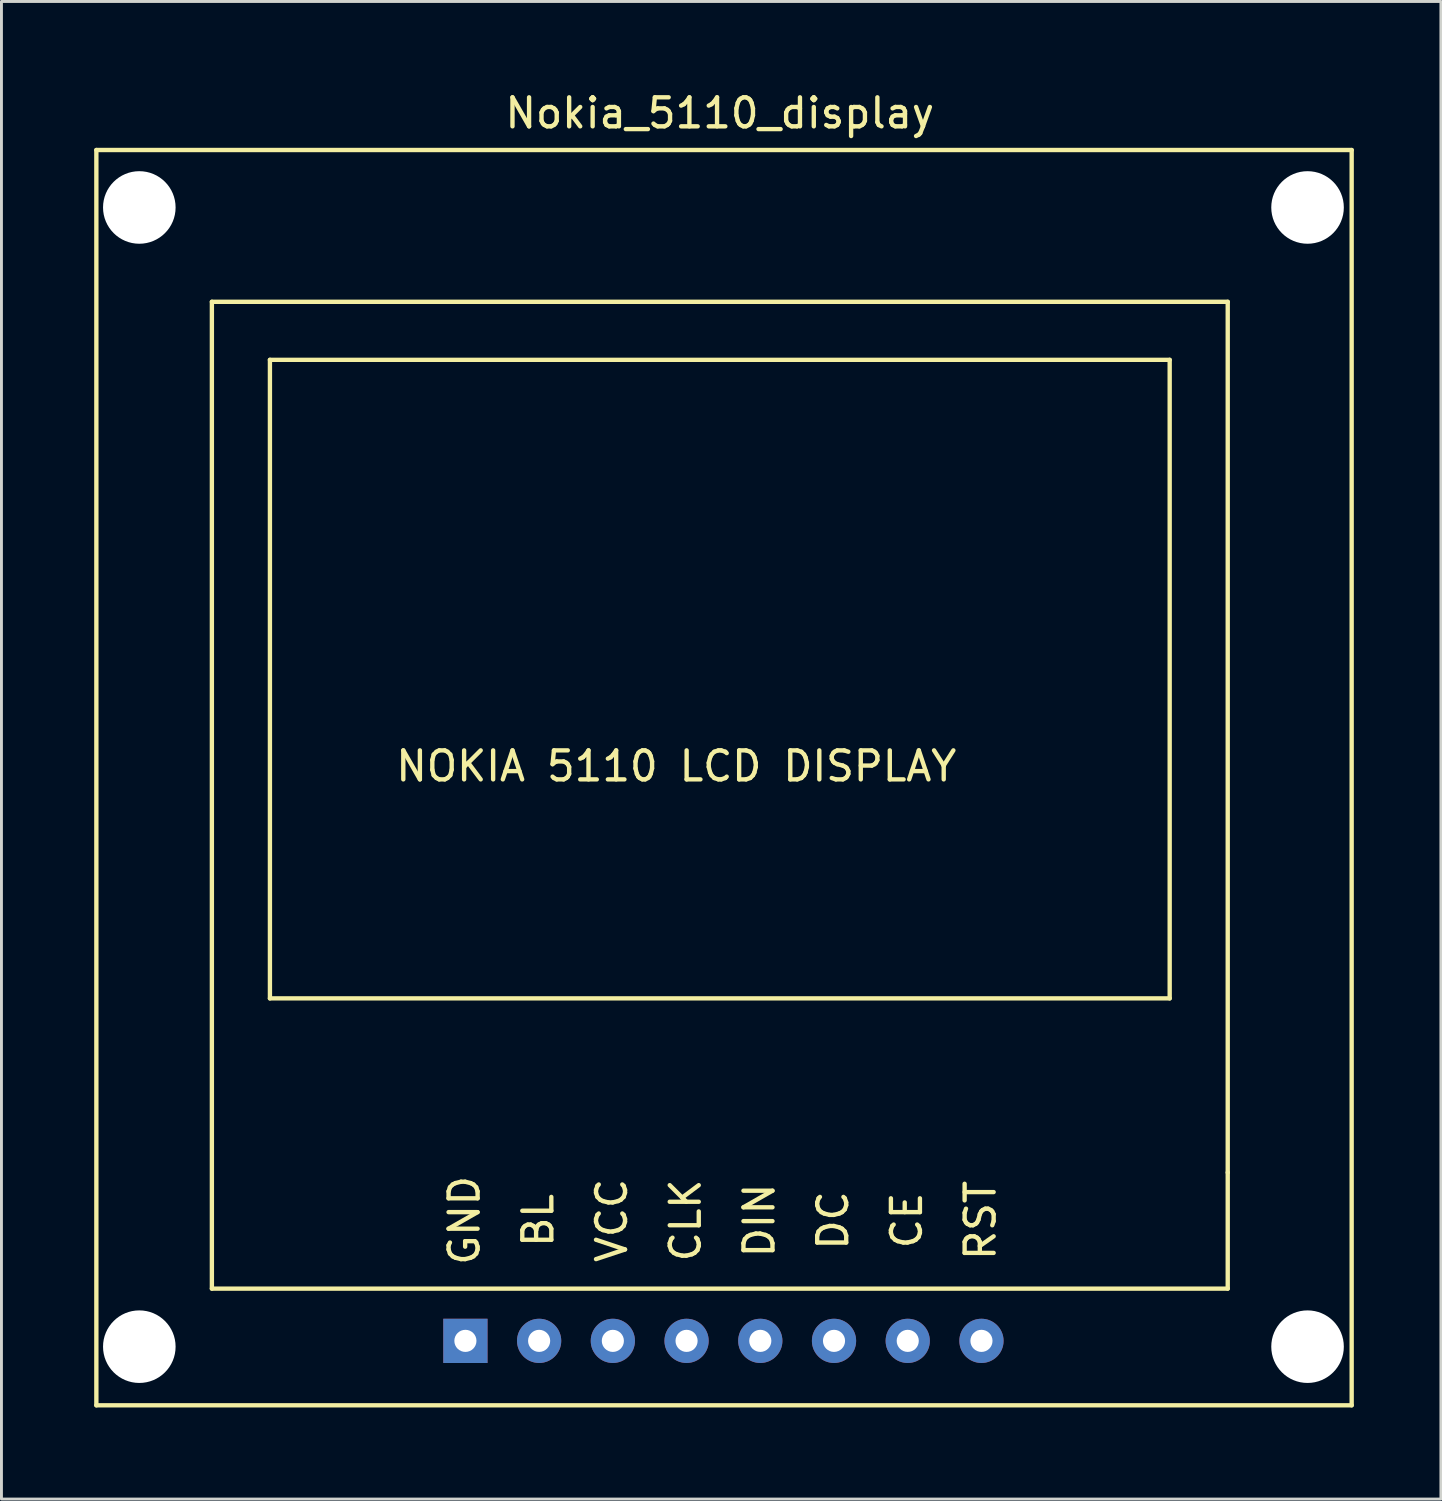
<source format=kicad_pcb>
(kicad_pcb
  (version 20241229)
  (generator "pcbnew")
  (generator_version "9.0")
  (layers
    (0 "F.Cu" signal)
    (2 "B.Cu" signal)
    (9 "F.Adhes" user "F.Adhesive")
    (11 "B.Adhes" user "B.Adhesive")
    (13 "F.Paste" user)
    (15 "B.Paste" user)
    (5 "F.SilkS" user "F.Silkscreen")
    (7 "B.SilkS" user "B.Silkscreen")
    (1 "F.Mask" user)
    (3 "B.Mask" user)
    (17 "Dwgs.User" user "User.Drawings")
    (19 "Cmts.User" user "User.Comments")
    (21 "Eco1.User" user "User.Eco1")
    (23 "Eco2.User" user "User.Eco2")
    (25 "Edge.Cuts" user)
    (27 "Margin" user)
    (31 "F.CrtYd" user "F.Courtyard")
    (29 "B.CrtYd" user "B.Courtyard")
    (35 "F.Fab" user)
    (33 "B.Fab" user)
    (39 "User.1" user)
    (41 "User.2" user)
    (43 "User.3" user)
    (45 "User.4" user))
  (footprint "Nokia_5110_display"
    (layer "F.Cu")
    (at 0.25 45.348)
    (property "Reference" "Nokia_5110_display" (at 21.5 -44.5 0) (layer "F.SilkS") (effects (font (size 1 1) (thickness 0.15))))
    (attr through_hole)
    (fp_line (start 0.02 -43.23) (end 0.02 0.02) (stroke (width 0.15) (type solid)) (layer "F.SilkS"))
    (fp_line (start 0.02 -43.23) (end 43.27 -43.23) (stroke (width 0.15) (type solid)) (layer "F.SilkS"))
    (fp_line (start 0.02 0.02) (end 43.27 0.02) (stroke (width 0.15) (type solid)) (layer "F.SilkS"))
    (fp_line (start 4 -38) (end 39 -38) (stroke (width 0.15) (type solid)) (layer "F.SilkS"))
    (fp_line (start 4 -4) (end 4 -38) (stroke (width 0.15) (type solid)) (layer "F.SilkS"))
    (fp_line (start 6 -36) (end 37 -36) (stroke (width 0.15) (type solid)) (layer "F.SilkS"))
    (fp_line (start 6 -14) (end 6 -36) (stroke (width 0.15) (type solid)) (layer "F.SilkS"))
    (fp_line (start 37 -36) (end 37 -14) (stroke (width 0.15) (type solid)) (layer "F.SilkS"))
    (fp_line (start 37 -14) (end 6 -14) (stroke (width 0.15) (type solid)) (layer "F.SilkS"))
    (fp_line (start 39 -38) (end 39 -8) (stroke (width 0.15) (type solid)) (layer "F.SilkS"))
    (fp_line (start 39 -8) (end 39 -4) (stroke (width 0.15) (type solid)) (layer "F.SilkS"))
    (fp_line (start 39 -4) (end 4 -4) (stroke (width 0.15) (type solid)) (layer "F.SilkS"))
    (fp_line (start 43.27 0.02) (end 43.27 -43.23) (stroke (width 0.15) (type solid)) (layer "F.SilkS"))
    (fp_text user "BL" (at 15.24 -6.35 90) (layer "F.SilkS") (effects (font (size 1 1) (thickness 0.15))))
    (fp_text user "DC" (at 25.4 -6.35 90) (layer "F.SilkS") (effects (font (size 1 1) (thickness 0.15))))
    (fp_text user "DIN" (at 22.86 -6.35 90) (layer "F.SilkS") (effects (font (size 1 1) (thickness 0.15))))
    (fp_text user "VCC" (at 17.78 -6.35 90) (layer "F.SilkS") (effects (font (size 1 1) (thickness 0.15))))
    (fp_text user "NOKIA 5110 LCD DISPLAY" (at 20 -22 0) (layer "F.SilkS") (effects (font (size 1 1) (thickness 0.15))))
    (fp_text user "CE" (at 27.94 -6.35 90) (layer "F.SilkS") (effects (font (size 1 1) (thickness 0.15))))
    (fp_text user "CLK" (at 20.32 -6.35 90) (layer "F.SilkS") (effects (font (size 1 1) (thickness 0.15))))
    (fp_text user "RST" (at 30.48 -6.35 90) (layer "F.SilkS") (effects (font (size 1 1) (thickness 0.15))))
    (fp_text user "GND" (at 12.7 -6.35 90) (layer "F.SilkS") (effects (font (size 1 1) (thickness 0.15))))
    (pad "" np_thru_hole circle (at 1.5 -41.25) (size 2.5 2.5) (drill 2.5) (layers "*.Cu" "*.Mask"))
    (pad "" np_thru_hole circle (at 1.5 -2) (size 2.5 2.5) (drill 2.5) (layers "*.Cu" "*.Mask"))
    (pad "" np_thru_hole circle (at 41.75 -41.25) (size 2.5 2.5) (drill 2.5) (layers "*.Cu" "*.Mask"))
    (pad "" np_thru_hole circle (at 41.75 -2) (size 2.5 2.5) (drill 2.5) (layers "*.Cu" "*.Mask"))
    (pad "1" thru_hole circle (at 30.515 -2.2) (size 1.524 1.524) (drill 0.762) (layers "*.Cu" "*.Mask"))
    (pad "2" thru_hole circle (at 27.975 -2.2) (size 1.524 1.524) (drill 0.762) (layers "*.Cu" "*.Mask"))
    (pad "3" thru_hole circle (at 25.435 -2.2) (size 1.524 1.524) (drill 0.762) (layers "*.Cu" "*.Mask"))
    (pad "4" thru_hole circle (at 22.895 -2.2) (size 1.524 1.524) (drill 0.762) (layers "*.Cu" "*.Mask"))
    (pad "5" thru_hole circle (at 20.355 -2.2) (size 1.524 1.524) (drill 0.762) (layers "*.Cu" "*.Mask"))
    (pad "6" thru_hole circle (at 17.815 -2.2) (size 1.524 1.524) (drill 0.762) (layers "*.Cu" "*.Mask"))
    (pad "7" thru_hole circle (at 15.275 -2.2) (size 1.524 1.524) (drill 0.762) (layers "*.Cu" "*.Mask"))
    (pad "8" thru_hole rect (at 12.735 -2.2) (size 1.524 1.524) (drill 0.762) (layers "*.Cu" "*.Mask")))
  (gr_rect
    (start -3 -3)
    (end 46.595 48.598)
    (stroke (width 0.1) (type default))
    (fill no)
    (layer "Edge.Cuts")))
</source>
